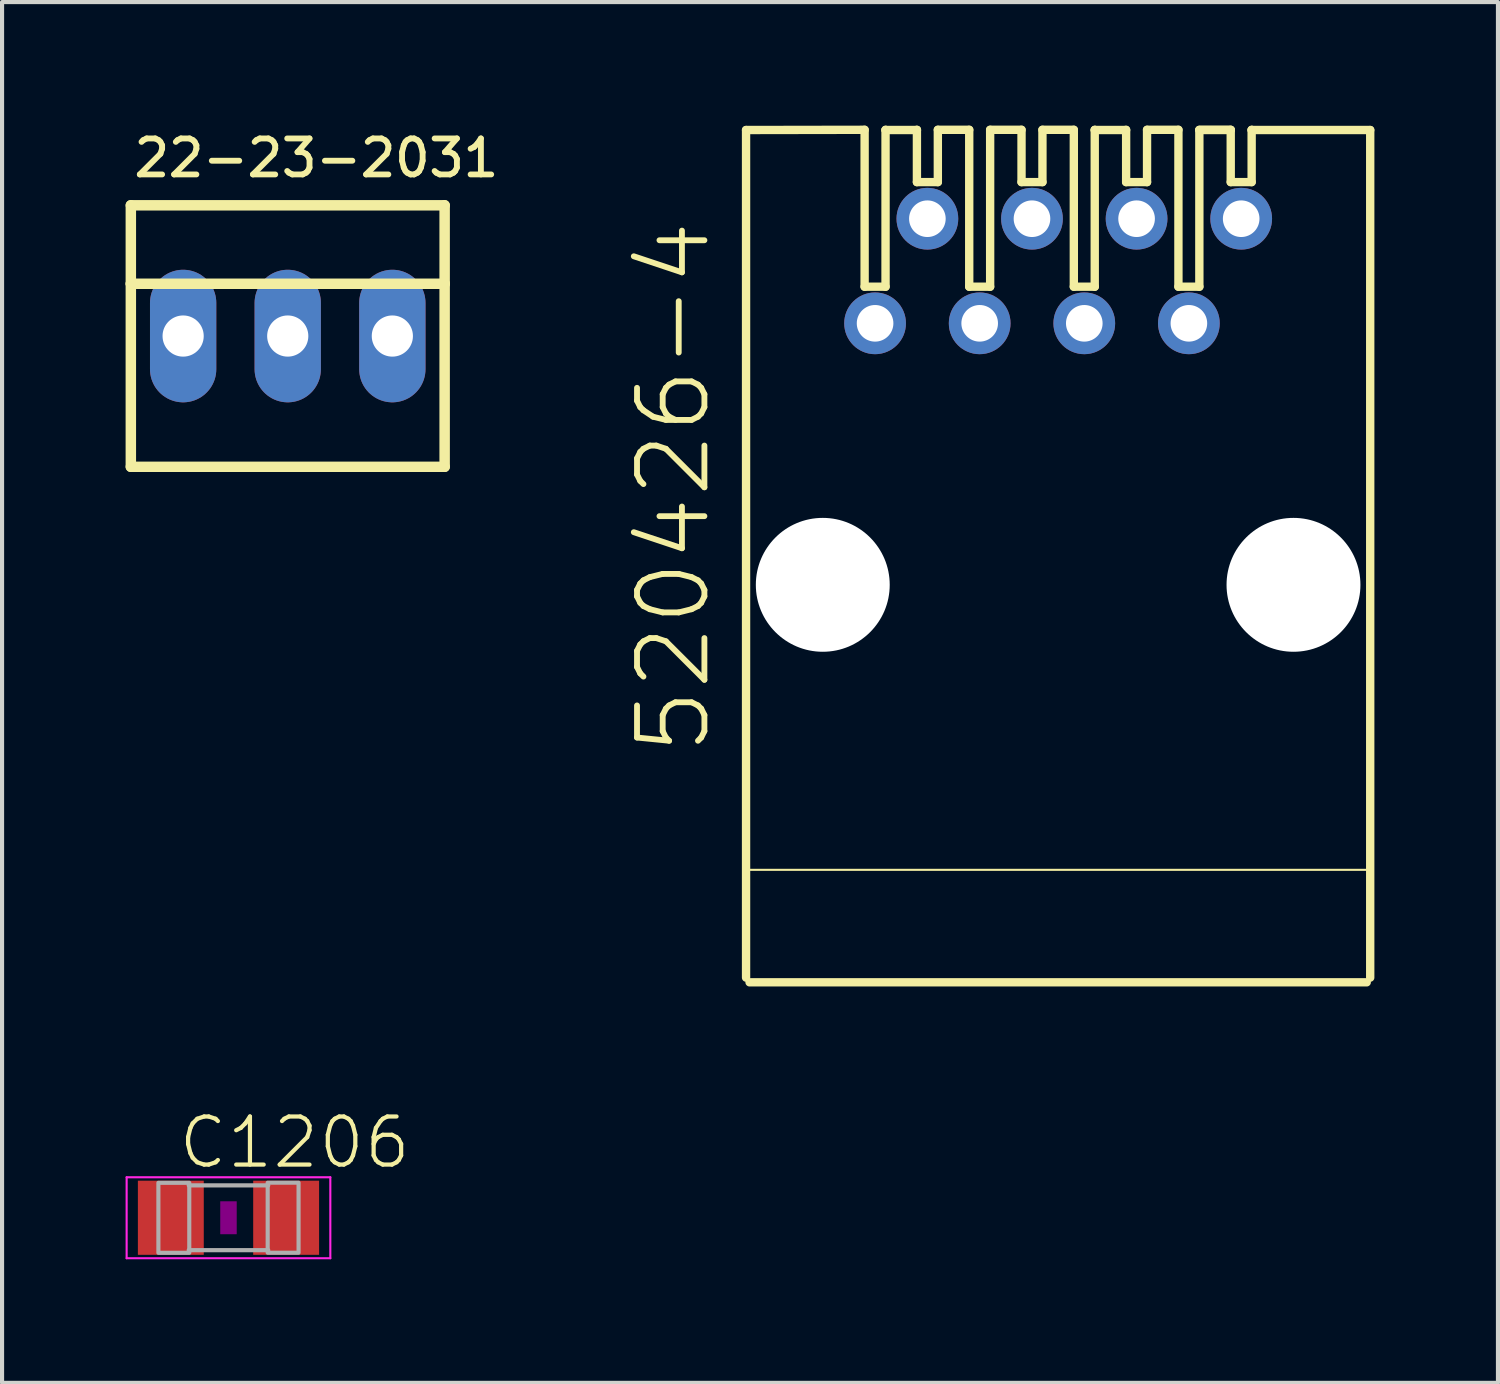
<source format=kicad_pcb>
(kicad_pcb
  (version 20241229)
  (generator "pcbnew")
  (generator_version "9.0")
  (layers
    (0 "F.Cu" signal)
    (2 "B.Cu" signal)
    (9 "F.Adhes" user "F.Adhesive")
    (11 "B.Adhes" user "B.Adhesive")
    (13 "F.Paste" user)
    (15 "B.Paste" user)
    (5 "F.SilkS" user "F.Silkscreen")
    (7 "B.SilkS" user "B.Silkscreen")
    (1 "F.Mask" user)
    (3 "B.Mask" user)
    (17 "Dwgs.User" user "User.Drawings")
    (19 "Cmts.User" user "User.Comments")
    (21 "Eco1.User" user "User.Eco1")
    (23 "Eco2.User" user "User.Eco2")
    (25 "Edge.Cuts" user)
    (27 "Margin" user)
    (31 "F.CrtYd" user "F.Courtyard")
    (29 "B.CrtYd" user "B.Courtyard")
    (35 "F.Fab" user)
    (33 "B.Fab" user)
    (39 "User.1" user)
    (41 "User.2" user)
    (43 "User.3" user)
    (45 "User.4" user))
  (footprint "22-23-2031"
    (layer "F.Cu")
    (at 3.937 5.11)
    (property "Reference" "22-23-2031" (at -3.81 -3.81 0) (layer "F.SilkS") (effects (font (size 0.874 0.874) (thickness 0.142)) (justify left bottom)))
    (fp_line (start -3.81 -3.175) (end 3.81 -3.175) (stroke (width 0.254) (type solid)) (layer "F.SilkS"))
    (fp_line (start -3.81 -1.27) (end -3.81 -3.175) (stroke (width 0.254) (type solid)) (layer "F.SilkS"))
    (fp_line (start -3.81 -1.27) (end 3.81 -1.27) (stroke (width 0.254) (type solid)) (layer "F.SilkS"))
    (fp_line (start -3.81 3.175) (end -3.81 -1.27) (stroke (width 0.254) (type solid)) (layer "F.SilkS"))
    (fp_line (start 3.81 -3.175) (end 3.81 -1.27) (stroke (width 0.254) (type solid)) (layer "F.SilkS"))
    (fp_line (start 3.81 -1.27) (end 3.81 3.175) (stroke (width 0.254) (type solid)) (layer "F.SilkS"))
    (fp_line (start 3.81 3.175) (end -3.81 3.175) (stroke (width 0.254) (type solid)) (layer "F.SilkS"))
    (pad "1" thru_hole oval (at -2.54 0 90) (size 3.219 1.61) (drill 1) (layers "*.Cu" "*.Mask"))
    (pad "2" thru_hole oval (at 0 0 90) (size 3.219 1.61) (drill 1) (layers "*.Cu" "*.Mask"))
    (pad "3" thru_hole oval (at 2.54 0 90) (size 3.219 1.61) (drill 1) (layers "*.Cu" "*.Mask")))
  (footprint "520426-4"
    (layer "F.Cu")
    (at 22.644 11.151)
    (property "Reference" "520426-4" (at -8.382 4.191 90) (layer "F.SilkS") (effects (font (size 1.636 1.636) (thickness 0.142)) (justify left bottom)))
    (fp_line (start -7.578 -11.044) (end -4.699 -11.049) (stroke (width 0.203) (type solid)) (layer "F.SilkS"))
    (fp_line (start -7.578 9.538) (end -7.578 -11.044) (stroke (width 0.203) (type solid)) (layer "F.SilkS"))
    (fp_line (start -4.699 -11.049) (end -4.699 -7.239) (stroke (width 0.203) (type solid)) (layer "F.SilkS"))
    (fp_line (start -4.699 -7.239) (end -4.191 -7.239) (stroke (width 0.203) (type solid)) (layer "F.SilkS"))
    (fp_line (start -4.191 -11.049) (end -4.191 -11.044) (stroke (width 0.203) (type solid)) (layer "F.SilkS"))
    (fp_line (start -4.191 -11.044) (end -4.191 -7.239) (stroke (width 0.203) (type solid)) (layer "F.SilkS"))
    (fp_line (start -4.191 -11.044) (end -3.429 -11.044) (stroke (width 0.203) (type solid)) (layer "F.SilkS"))
    (fp_line (start -3.429 -11.049) (end -3.429 -11.044) (stroke (width 0.203) (type solid)) (layer "F.SilkS"))
    (fp_line (start -3.429 -11.044) (end -3.429 -9.779) (stroke (width 0.203) (type solid)) (layer "F.SilkS"))
    (fp_line (start -3.429 -9.779) (end -2.921 -9.779) (stroke (width 0.203) (type solid)) (layer "F.SilkS"))
    (fp_line (start -2.921 -11.049) (end -2.921 -9.779) (stroke (width 0.203) (type solid)) (layer "F.SilkS"))
    (fp_line (start -2.921 -11.049) (end -2.159 -11.049) (stroke (width 0.203) (type solid)) (layer "F.SilkS"))
    (fp_line (start -2.159 -11.049) (end -2.159 -7.239) (stroke (width 0.203) (type solid)) (layer "F.SilkS"))
    (fp_line (start -2.159 -7.239) (end -1.651 -7.239) (stroke (width 0.203) (type solid)) (layer "F.SilkS"))
    (fp_line (start -1.651 -11.049) (end -1.651 -7.239) (stroke (width 0.203) (type solid)) (layer "F.SilkS"))
    (fp_line (start -1.651 -11.049) (end -0.889 -11.049) (stroke (width 0.203) (type solid)) (layer "F.SilkS"))
    (fp_line (start -0.889 -11.049) (end -0.889 -9.779) (stroke (width 0.203) (type solid)) (layer "F.SilkS"))
    (fp_line (start -0.889 -9.779) (end -0.381 -9.779) (stroke (width 0.203) (type solid)) (layer "F.SilkS"))
    (fp_line (start -0.381 -11.049) (end -0.381 -9.779) (stroke (width 0.203) (type solid)) (layer "F.SilkS"))
    (fp_line (start -0.381 -11.049) (end 0.381 -11.049) (stroke (width 0.203) (type solid)) (layer "F.SilkS"))
    (fp_line (start 0.381 -11.049) (end 0.381 -7.239) (stroke (width 0.203) (type solid)) (layer "F.SilkS"))
    (fp_line (start 0.381 -7.239) (end 0.889 -7.239) (stroke (width 0.203) (type solid)) (layer "F.SilkS"))
    (fp_line (start 0.889 -11.049) (end 0.889 -11.044) (stroke (width 0.203) (type solid)) (layer "F.SilkS"))
    (fp_line (start 0.889 -11.044) (end 0.889 -7.239) (stroke (width 0.203) (type solid)) (layer "F.SilkS"))
    (fp_line (start 0.889 -11.044) (end 1.651 -11.044) (stroke (width 0.203) (type solid)) (layer "F.SilkS"))
    (fp_line (start 1.651 -11.049) (end 1.651 -9.779) (stroke (width 0.203) (type solid)) (layer "F.SilkS"))
    (fp_line (start 1.651 -9.779) (end 2.159 -9.779) (stroke (width 0.203) (type solid)) (layer "F.SilkS"))
    (fp_line (start 2.159 -11.049) (end 2.159 -9.779) (stroke (width 0.203) (type solid)) (layer "F.SilkS"))
    (fp_line (start 2.159 -11.049) (end 2.921 -11.049) (stroke (width 0.203) (type solid)) (layer "F.SilkS"))
    (fp_line (start 2.921 -11.049) (end 2.921 -7.239) (stroke (width 0.203) (type solid)) (layer "F.SilkS"))
    (fp_line (start 2.921 -7.239) (end 3.429 -7.239) (stroke (width 0.203) (type solid)) (layer "F.SilkS"))
    (fp_line (start 3.429 -11.049) (end 4.191 -11.049) (stroke (width 0.203) (type solid)) (layer "F.SilkS"))
    (fp_line (start 3.429 -11.044) (end 3.429 -7.239) (stroke (width 0.203) (type solid)) (layer "F.SilkS"))
    (fp_line (start 3.429 -11.044) (end 4.191 -11.044) (stroke (width 0.203) (type solid)) (layer "F.SilkS"))
    (fp_line (start 4.191 -11.049) (end 4.191 -9.779) (stroke (width 0.203) (type solid)) (layer "F.SilkS"))
    (fp_line (start 4.191 -9.779) (end 4.699 -9.779) (stroke (width 0.203) (type solid)) (layer "F.SilkS"))
    (fp_line (start 4.699 -11.049) (end 4.699 -11.044) (stroke (width 0.203) (type solid)) (layer "F.SilkS"))
    (fp_line (start 4.699 -11.044) (end 4.699 -9.779) (stroke (width 0.203) (type solid)) (layer "F.SilkS"))
    (fp_line (start 4.699 -11.044) (end 7.578 -11.044) (stroke (width 0.203) (type solid)) (layer "F.SilkS"))
    (fp_line (start 7.493 9.652) (end -7.493 9.652) (stroke (width 0.203) (type solid)) (layer "F.SilkS"))
    (fp_line (start 7.556 6.921) (end -7.556 6.921) (stroke (width 0.051) (type solid)) (layer "F.SilkS"))
    (fp_line (start 7.578 -11.044) (end 7.578 9.538) (stroke (width 0.203) (type solid)) (layer "F.SilkS"))
    (pad "" np_thru_hole circle (at -5.715 0) (size 3.251 3.251) (drill 3.251) (layers "*.Cu" "*.Mask"))
    (pad "" np_thru_hole circle (at 5.715 0) (size 3.251 3.251) (drill 3.251) (layers "*.Cu" "*.Mask"))
    (pad "1" thru_hole circle (at -4.445 -6.35) (size 1.499 1.499) (drill 0.889) (layers "*.Cu" "*.Mask"))
    (pad "2" thru_hole circle (at -3.175 -8.89) (size 1.499 1.499) (drill 0.889) (layers "*.Cu" "*.Mask"))
    (pad "3" thru_hole circle (at -1.905 -6.35) (size 1.499 1.499) (drill 0.889) (layers "*.Cu" "*.Mask"))
    (pad "4" thru_hole circle (at -0.635 -8.89) (size 1.499 1.499) (drill 0.889) (layers "*.Cu" "*.Mask"))
    (pad "5" thru_hole circle (at 0.635 -6.35) (size 1.499 1.499) (drill 0.889) (layers "*.Cu" "*.Mask"))
    (pad "6" thru_hole circle (at 1.905 -8.89) (size 1.499 1.499) (drill 0.889) (layers "*.Cu" "*.Mask"))
    (pad "7" thru_hole circle (at 3.175 -6.35) (size 1.499 1.499) (drill 0.889) (layers "*.Cu" "*.Mask"))
    (pad "8" thru_hole circle (at 4.445 -8.89) (size 1.499 1.499) (drill 0.889) (layers "*.Cu" "*.Mask")))
  (footprint "C1206"
    (layer "F.Cu")
    (at 2.498 26.52)
    (property "Reference" "C1206" (at -1.27 -1.143 0) (layer "F.SilkS") (effects (font (size 1.168 1.168) (thickness 0.102)) (justify left bottom)))
    (fp_poly (pts (xy -0.2 0.4) (xy 0.2 0.4) (xy 0.2 -0.4) (xy -0.2 -0.4)) (stroke (width 0) (type default)) (fill yes) (layer "F.Adhes"))
    (fp_line (start -2.473 -0.983) (end 2.473 -0.983) (stroke (width 0.051) (type solid)) (layer "F.CrtYd"))
    (fp_line (start -2.473 0.983) (end -2.473 -0.983) (stroke (width 0.051) (type solid)) (layer "F.CrtYd"))
    (fp_line (start 2.473 -0.983) (end 2.473 0.983) (stroke (width 0.051) (type solid)) (layer "F.CrtYd"))
    (fp_line (start 2.473 0.983) (end -2.473 0.983) (stroke (width 0.051) (type solid)) (layer "F.CrtYd"))
    (fp_line (start -0.965 -0.787) (end 0.965 -0.787) (stroke (width 0.102) (type solid)) (layer "F.Fab"))
    (fp_line (start -0.965 0.787) (end 0.965 0.787) (stroke (width 0.102) (type solid)) (layer "F.Fab"))
    (fp_poly (pts (xy -1.702 0.851) (xy -0.952 0.851) (xy -0.952 -0.849) (xy -1.702 -0.849)) (stroke (width 0.1) (type default)) (fill no) (layer "F.Fab"))
    (fp_poly (pts (xy 0.952 0.849) (xy 1.702 0.849) (xy 1.702 -0.851) (xy 0.952 -0.851)) (stroke (width 0.1) (type default)) (fill no) (layer "F.Fab"))
    (pad "1" smd rect (at -1.4 0) (size 1.6 1.8) (layers "F.Cu" "F.Mask" "F.Paste"))
    (pad "2" smd rect (at 1.4 0) (size 1.6 1.8) (layers "F.Cu" "F.Mask" "F.Paste")))
  (gr_rect
    (start -3 -3)
    (end 33.324 30.529)
    (stroke (width 0.1) (type default))
    (fill no)
    (layer "Edge.Cuts")))
</source>
